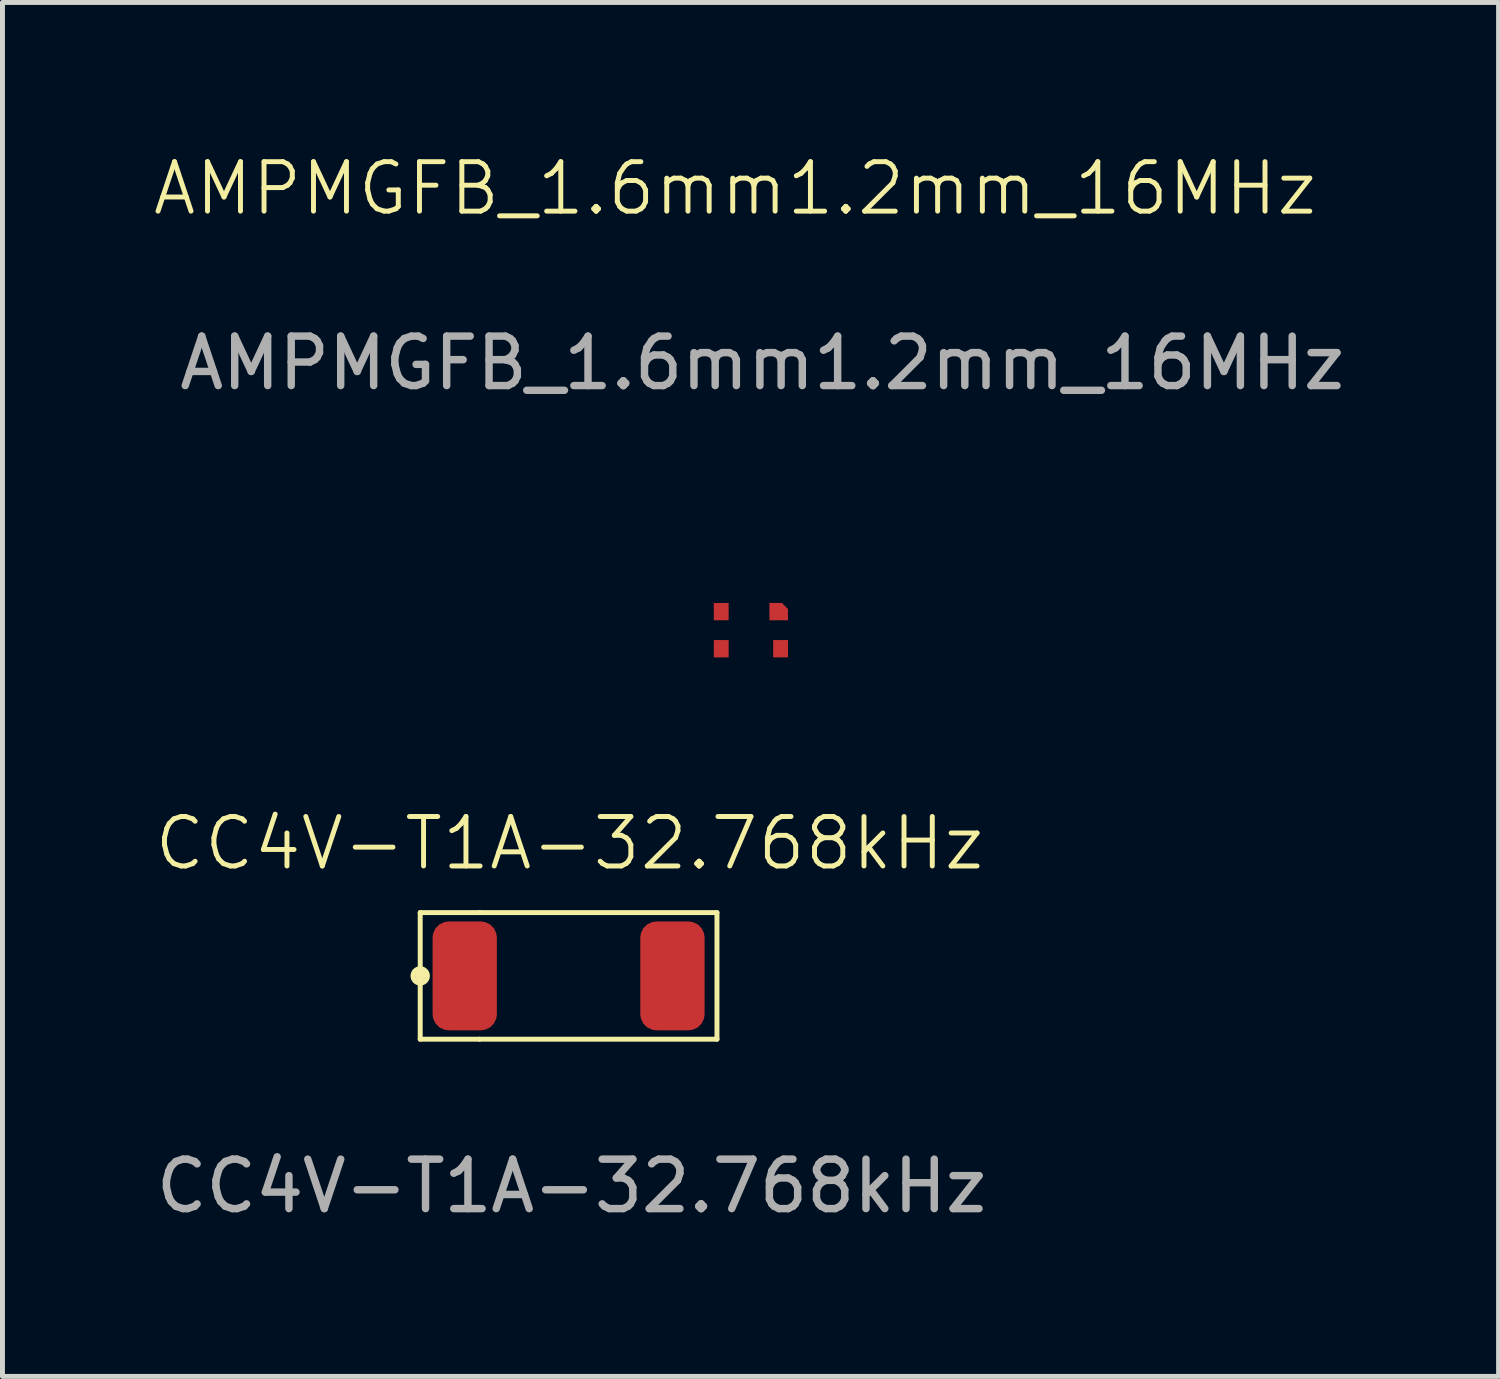
<source format=kicad_pcb>
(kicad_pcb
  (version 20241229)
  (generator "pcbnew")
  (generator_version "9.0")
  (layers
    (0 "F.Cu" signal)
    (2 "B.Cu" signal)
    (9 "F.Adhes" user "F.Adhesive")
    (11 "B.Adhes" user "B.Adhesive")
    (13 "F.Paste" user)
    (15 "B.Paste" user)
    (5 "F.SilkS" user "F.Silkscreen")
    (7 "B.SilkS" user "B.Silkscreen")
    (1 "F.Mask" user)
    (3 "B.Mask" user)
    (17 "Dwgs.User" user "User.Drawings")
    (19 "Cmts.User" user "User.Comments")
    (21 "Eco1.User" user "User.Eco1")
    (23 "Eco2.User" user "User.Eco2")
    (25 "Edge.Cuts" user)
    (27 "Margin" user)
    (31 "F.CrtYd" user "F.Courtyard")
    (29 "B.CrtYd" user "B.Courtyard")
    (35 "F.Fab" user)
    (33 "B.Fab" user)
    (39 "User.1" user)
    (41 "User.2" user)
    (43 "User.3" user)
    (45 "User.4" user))
  (footprint "AMPMGFB_1.6mm1.2mm_16MHz"
    (layer "F.Cu")
    (at 12.132 9.691)
    (property "Reference" "AMPMGFB_1.6mm1.2mm_16MHz" (at -0.32 -8.93 0) (unlocked yes) (layer "F.SilkS") (effects (font (size 1 1) (thickness 0.1))))
    (attr smd)
    (fp_text user "${REFERENCE}" (at 0.23 -5.4 0) (unlocked yes) (layer "F.Fab") (effects (font (size 1 1) (thickness 0.15))))
    (pad "1" smd roundrect (at 0.562 -0.375) (size 0.375 0.35) (layers "F.Cu" "F.Mask" "F.Paste") (roundrect_rratio 0) (chamfer_ratio 0.35) (chamfer top_right))
    (pad "2" smd rect (at -0.6 -0.375) (size 0.3 0.35) (layers "F.Cu" "F.Mask" "F.Paste"))
    (pad "3" smd rect (at -0.6 0.375) (size 0.3 0.35) (layers "F.Cu" "F.Mask" "F.Paste"))
    (pad "4" smd rect (at 0.6 0.375) (size 0.3 0.35) (layers "F.Cu" "F.Mask" "F.Paste")))
  (footprint "CC4V-T1A-32.768kHz"
    (layer "F.Cu")
    (at 8.446 16.681)
    (property "Reference" "CC4V-T1A-32.768kHz" (at 0.02 -2.68 0) (unlocked yes) (layer "F.SilkS") (effects (font (size 1 1) (thickness 0.1))))
    (attr smd)
    (fp_line (start -3 -1.28) (end -1.8 -1.28) (stroke (width 0.1) (type default)) (layer "F.SilkS"))
    (fp_line (start -3 -0.08) (end -3 -1.28) (stroke (width 0.1) (type default)) (layer "F.SilkS"))
    (fp_line (start -3 0.08) (end -3 1.28) (stroke (width 0.1) (type default)) (layer "F.SilkS"))
    (fp_line (start -3 1.28) (end -1.8 1.28) (stroke (width 0.1) (type default)) (layer "F.SilkS"))
    (fp_line (start -1.8 -1.28) (end 3 -1.28) (stroke (width 0.1) (type default)) (layer "F.SilkS"))
    (fp_line (start -1.8 1.28) (end 3 1.28) (stroke (width 0.1) (type default)) (layer "F.SilkS"))
    (fp_line (start 3 1.28) (end 3 -1.28) (stroke (width 0.1) (type default)) (layer "F.SilkS"))
    (fp_circle (center -3 -0.051) (end -3 -0.051) (stroke (width 0.1) (type default)) (fill no) (layer "F.SilkS"))
    (fp_circle (center -3 0) (end -3 0) (stroke (width 0.1) (type default)) (fill no) (layer "F.SilkS"))
    (fp_circle (center -3 0) (end -2.95 0.01) (stroke (width 0.1) (type default)) (fill no) (layer "F.SilkS"))
    (fp_circle (center -3 0) (end -2.86 0.04) (stroke (width 0.1) (type default)) (fill no) (layer "F.SilkS"))
    (fp_text user "${REFERENCE}" (at 0.06 4.25 0) (unlocked yes) (layer "F.Fab") (effects (font (size 1 1) (thickness 0.15))))
    (pad "1" smd roundrect (at -2.1 0) (size 1.3 2.2) (layers "F.Cu" "F.Mask" "F.Paste") (roundrect_rratio 0.25))
    (pad "2" smd roundrect (at 2.1 0) (size 1.3 2.2) (layers "F.Cu" "F.Mask" "F.Paste") (roundrect_rratio 0.25)))
  (gr_rect
    (start -3 -3)
    (end 27.249 24.779)
    (stroke (width 0.1) (type default))
    (fill no)
    (layer "Edge.Cuts")))
</source>
